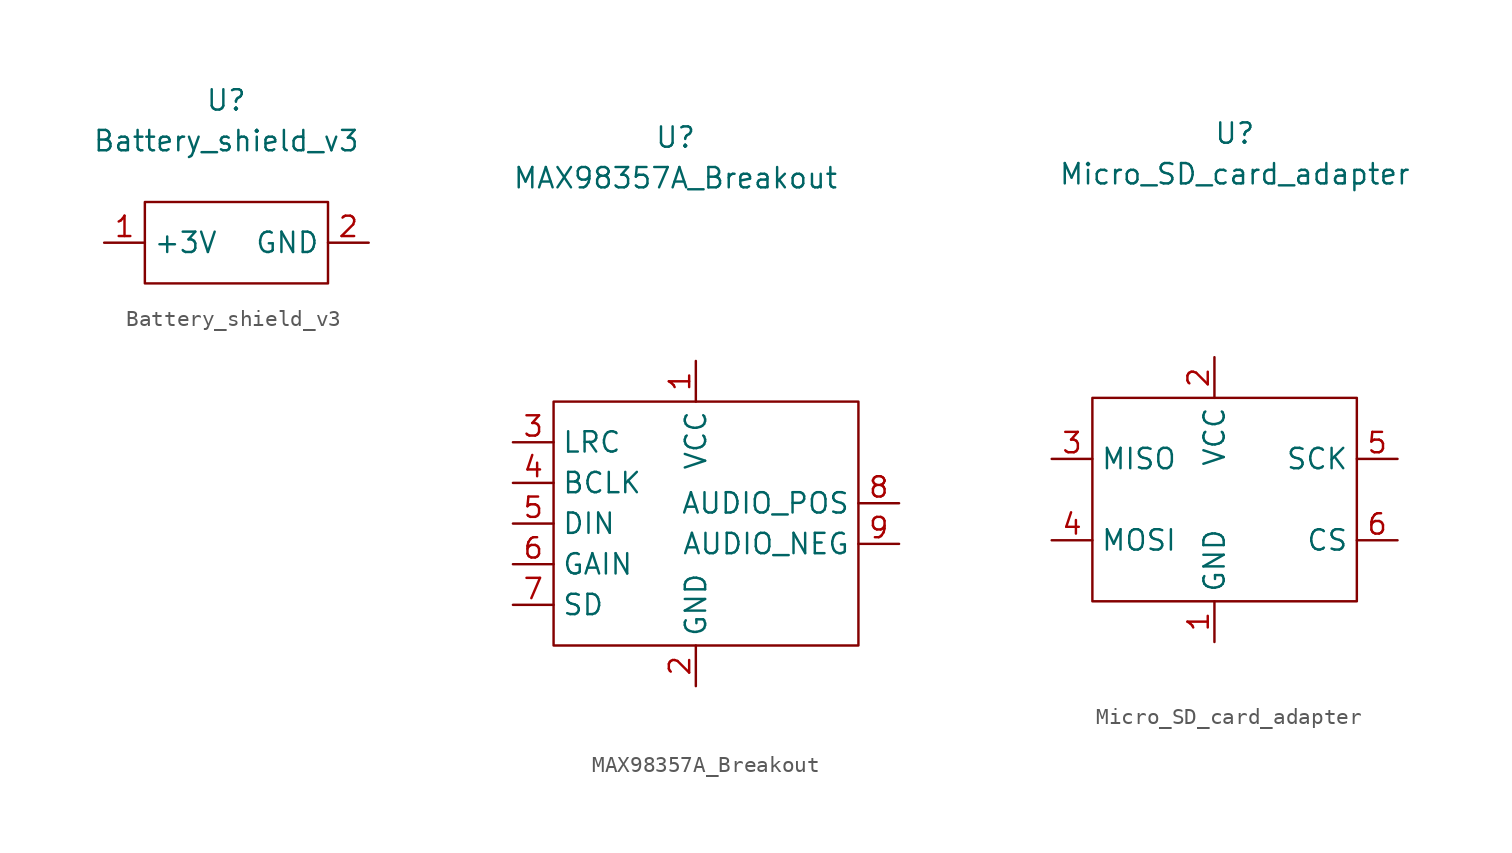
<source format=kicad_sym>
(kicad_symbol_lib
  (version 20211014)
  (generator kicad_symbol_editor)
  (symbol "Battery_shield_v3"
    (property "Reference" "U"
      (at 0 5.08 0)
      (effects (font (size 1.27 1.27))))
    (property "Value" "Battery_shield_v3"
      (at 0 2.54 0)
      (effects (font (size 1.27 1.27))))
    (symbol "Battery_shield_v3_0_1"
      (rectangle (start -5.08 -1.27) (end 6.35 -6.35) (stroke (width 0) (type default) (color 0 0 0 0)) (fill (type none))))
    (symbol "Battery_shield_v3_1_1"
      (pin power_out line (at -7.62 -3.81 0) (length 2.54) (name "+3V" (effects (font (size 1.27 1.27)))) (number "1" (effects (font (size 1.27 1.27)))))
      (pin power_out line (at 8.89 -3.81 180) (length 2.54) (name "GND" (effects (font (size 1.27 1.27)))) (number "2" (effects (font (size 1.27 1.27)))))))
  (symbol "MAX98357A_Breakout"
    (property "Reference" "U"
      (at 0 26.67 0)
      (effects (font (size 1.27 1.27))))
    (property "Value" "MAX98357A_Breakout"
      (at 0 24.13 0)
      (effects (font (size 1.27 1.27))))
    (symbol "MAX98357A_Breakout_0_1"
      (rectangle (start -7.62 10.16) (end 11.43 -5.08) (stroke (width 0) (type default) (color 0 0 0 0)) (fill (type none))))
    (symbol "MAX98357A_Breakout_1_1"
      (pin power_in line (at 1.27 12.7 270) (length 2.54) (name "VCC" (effects (font (size 1.27 1.27)))) (number "1" (effects (font (size 1.27 1.27)))))
      (pin power_in line (at 1.27 -7.62 90) (length 2.54) (name "GND" (effects (font (size 1.27 1.27)))) (number "2" (effects (font (size 1.27 1.27)))))
      (pin input line (at -10.16 7.62 0) (length 2.54) (name "LRC" (effects (font (size 1.27 1.27)))) (number "3" (effects (font (size 1.27 1.27)))))
      (pin input line (at -10.16 5.08 0) (length 2.54) (name "BCLK" (effects (font (size 1.27 1.27)))) (number "4" (effects (font (size 1.27 1.27)))))
      (pin input line (at -10.16 2.54 0) (length 2.54) (name "DIN" (effects (font (size 1.27 1.27)))) (number "5" (effects (font (size 1.27 1.27)))))
      (pin input line (at -10.16 0 0) (length 2.54) (name "GAIN" (effects (font (size 1.27 1.27)))) (number "6" (effects (font (size 1.27 1.27)))))
      (pin input line (at -10.16 -2.54 0) (length 2.54) (name "SD" (effects (font (size 1.27 1.27)))) (number "7" (effects (font (size 1.27 1.27)))))
      (pin output line (at 13.97 3.81 180) (length 2.54) (name "AUDIO_POS" (effects (font (size 1.27 1.27)))) (number "8" (effects (font (size 1.27 1.27)))))
      (pin output line (at 13.97 1.27 180) (length 2.54) (name "AUDIO_NEG" (effects (font (size 1.27 1.27)))) (number "9" (effects (font (size 1.27 1.27)))))))
  (symbol "Micro_SD_card_adapter"
    (property "Reference" "U"
      (at 0 5.08 0)
      (effects (font (size 1.27 1.27))))
    (property "Value" "Micro_SD_card_adapter"
      (at 0 2.54 0)
      (effects (font (size 1.27 1.27))))
    (symbol "Micro_SD_card_adapter_0_1"
      (rectangle (start -8.89 -11.43) (end 7.62 -24.13) (stroke (width 0) (type default) (color 0 0 0 0)) (fill (type none))))
    (symbol "Micro_SD_card_adapter_1_1"
      (pin power_in line (at -1.27 -26.67 90) (length 2.54) (name "GND" (effects (font (size 1.27 1.27)))) (number "1" (effects (font (size 1.27 1.27)))))
      (pin power_in line (at -1.27 -8.89 270) (length 2.54) (name "VCC" (effects (font (size 1.27 1.27)))) (number "2" (effects (font (size 1.27 1.27)))))
      (pin input line (at -11.43 -15.24 0) (length 2.54) (name "MISO" (effects (font (size 1.27 1.27)))) (number "3" (effects (font (size 1.27 1.27)))))
      (pin output line (at -11.43 -20.32 0) (length 2.54) (name "MOSI" (effects (font (size 1.27 1.27)))) (number "4" (effects (font (size 1.27 1.27)))))
      (pin input line (at 10.16 -15.24 180) (length 2.54) (name "SCK" (effects (font (size 1.27 1.27)))) (number "5" (effects (font (size 1.27 1.27)))))
      (pin input line (at 10.16 -20.32 180) (length 2.54) (name "CS" (effects (font (size 1.27 1.27)))) (number "6" (effects (font (size 1.27 1.27))))))))
</source>
